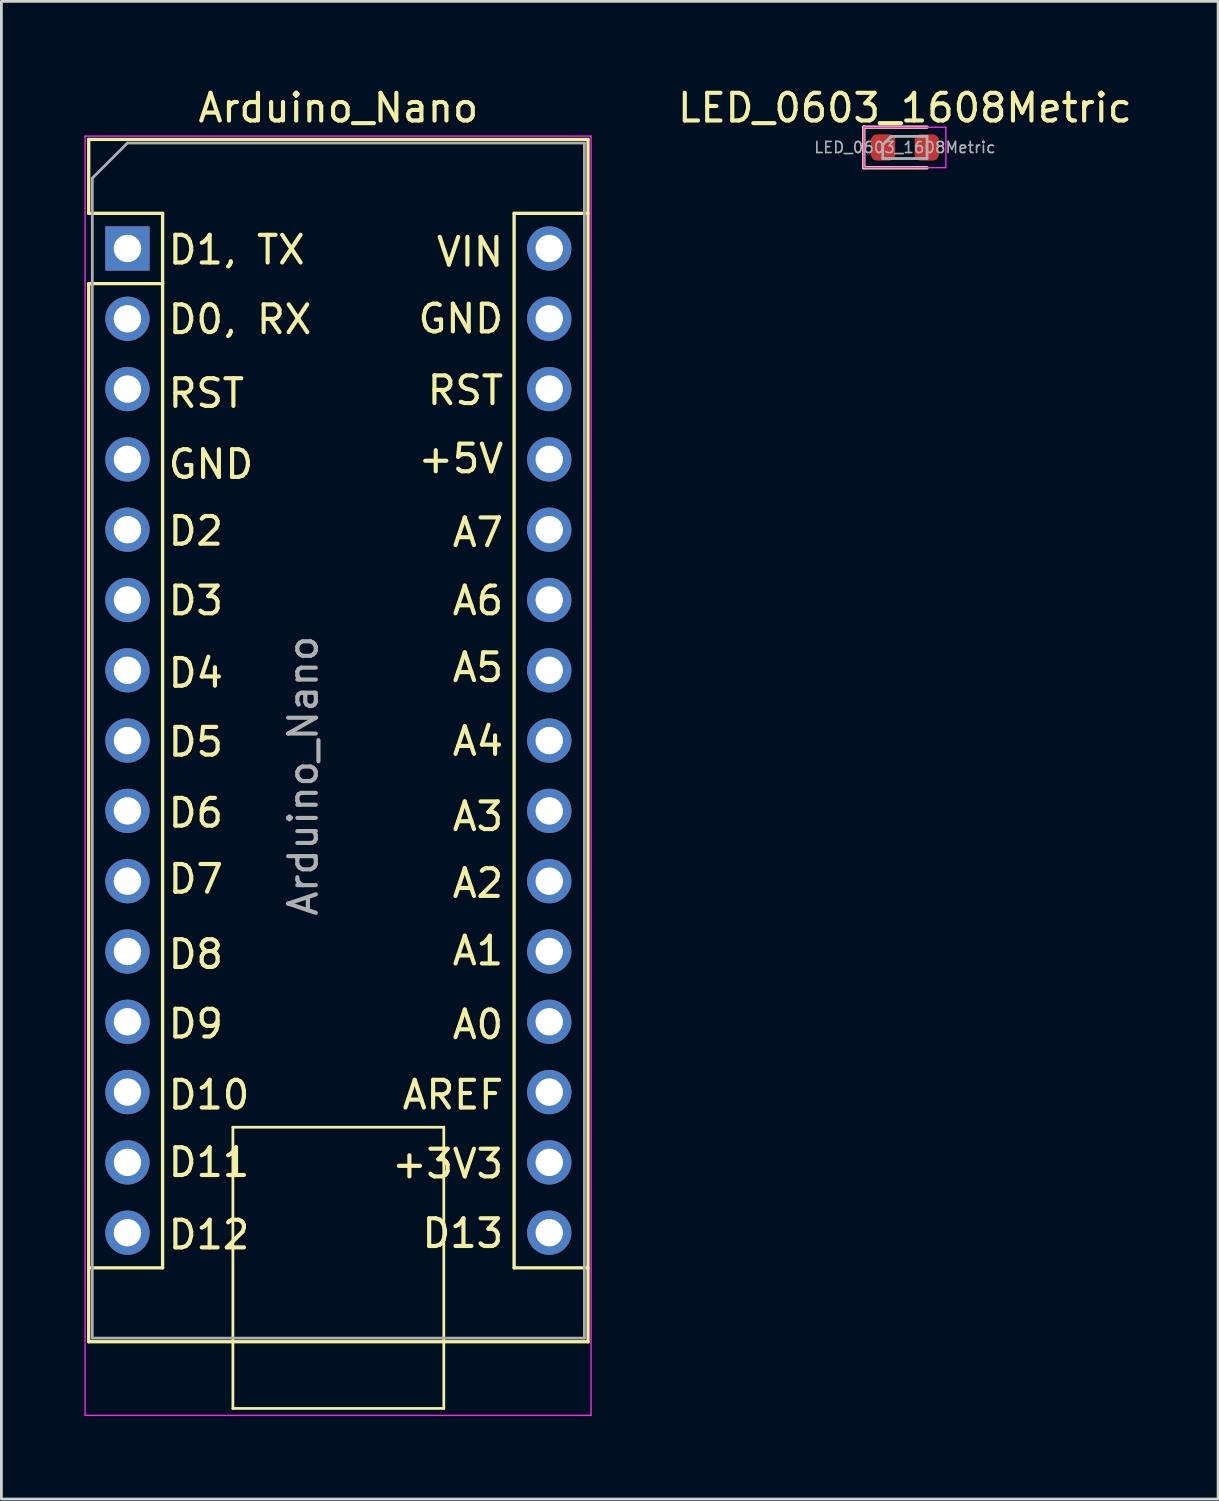
<source format=kicad_pcb>
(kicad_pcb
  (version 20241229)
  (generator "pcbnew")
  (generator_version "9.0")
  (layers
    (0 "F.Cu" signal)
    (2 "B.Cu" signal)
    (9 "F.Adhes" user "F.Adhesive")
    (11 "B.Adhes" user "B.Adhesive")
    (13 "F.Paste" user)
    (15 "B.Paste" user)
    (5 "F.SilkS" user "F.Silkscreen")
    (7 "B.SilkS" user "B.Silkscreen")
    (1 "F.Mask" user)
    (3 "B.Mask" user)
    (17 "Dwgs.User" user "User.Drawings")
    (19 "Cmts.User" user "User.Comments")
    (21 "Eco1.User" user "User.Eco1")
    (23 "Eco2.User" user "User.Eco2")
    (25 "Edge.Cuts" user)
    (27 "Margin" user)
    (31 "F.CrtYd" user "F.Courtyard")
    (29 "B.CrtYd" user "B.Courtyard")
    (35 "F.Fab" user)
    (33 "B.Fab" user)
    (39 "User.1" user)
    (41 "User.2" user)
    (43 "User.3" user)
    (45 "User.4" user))
  (footprint "Arduino_Nano"
    (layer "F.Cu")
    (at 1.555 5.928)
    (property "Reference" "Arduino_Nano" (at 7.62 -5.08 0) (layer "F.SilkS") (effects (font (size 1 1) (thickness 0.15))))
    (attr through_hole)
    (fp_line (start -1.4 -3.94) (end -1.4 -1.27) (stroke (width 0.12) (type solid)) (layer "F.SilkS"))
    (fp_line (start -1.4 1.27) (end -1.4 39.5) (stroke (width 0.12) (type solid)) (layer "F.SilkS"))
    (fp_line (start -1.4 39.5) (end 16.64 39.5) (stroke (width 0.12) (type solid)) (layer "F.SilkS"))
    (fp_line (start 1.27 -1.27) (end -1.4 -1.27) (stroke (width 0.12) (type solid)) (layer "F.SilkS"))
    (fp_line (start 1.27 1.27) (end -1.4 1.27) (stroke (width 0.12) (type solid)) (layer "F.SilkS"))
    (fp_line (start 1.27 1.27) (end 1.27 -1.27) (stroke (width 0.12) (type solid)) (layer "F.SilkS"))
    (fp_line (start 1.27 1.27) (end 1.27 36.83) (stroke (width 0.12) (type solid)) (layer "F.SilkS"))
    (fp_line (start 1.27 36.83) (end -1.4 36.83) (stroke (width 0.12) (type solid)) (layer "F.SilkS"))
    (fp_line (start 3.81 31.75) (end 11.43 31.75) (stroke (width 0.1) (type solid)) (layer "F.SilkS"))
    (fp_line (start 3.81 41.91) (end 3.81 31.75) (stroke (width 0.1) (type solid)) (layer "F.SilkS"))
    (fp_line (start 11.43 31.75) (end 11.43 41.91) (stroke (width 0.1) (type solid)) (layer "F.SilkS"))
    (fp_line (start 11.43 41.91) (end 3.81 41.91) (stroke (width 0.1) (type solid)) (layer "F.SilkS"))
    (fp_line (start 13.97 -1.27) (end 13.97 36.83) (stroke (width 0.12) (type solid)) (layer "F.SilkS"))
    (fp_line (start 13.97 -1.27) (end 16.64 -1.27) (stroke (width 0.12) (type solid)) (layer "F.SilkS"))
    (fp_line (start 13.97 36.83) (end 16.64 36.83) (stroke (width 0.12) (type solid)) (layer "F.SilkS"))
    (fp_line (start 16.64 -3.94) (end -1.4 -3.94) (stroke (width 0.12) (type solid)) (layer "F.SilkS"))
    (fp_line (start 16.64 39.5) (end 16.64 -3.94) (stroke (width 0.12) (type solid)) (layer "F.SilkS"))
    (fp_line (start -1.53 -4.06) (end -1.53 42.16) (stroke (width 0.05) (type solid)) (layer "F.CrtYd"))
    (fp_line (start -1.53 -4.06) (end 16.75 -4.06) (stroke (width 0.05) (type solid)) (layer "F.CrtYd"))
    (fp_line (start 16.75 42.16) (end -1.53 42.16) (stroke (width 0.05) (type solid)) (layer "F.CrtYd"))
    (fp_line (start 16.75 42.16) (end 16.75 -4.06) (stroke (width 0.05) (type solid)) (layer "F.CrtYd"))
    (fp_line (start -1.27 -2.54) (end 0 -3.81) (stroke (width 0.1) (type solid)) (layer "F.Fab"))
    (fp_line (start -1.27 39.37) (end -1.27 -2.54) (stroke (width 0.1) (type solid)) (layer "F.Fab"))
    (fp_line (start 0 -3.81) (end 16.51 -3.81) (stroke (width 0.1) (type solid)) (layer "F.Fab"))
    (fp_line (start 16.51 -3.81) (end 16.51 39.37) (stroke (width 0.1) (type solid)) (layer "F.Fab"))
    (fp_line (start 16.51 39.37) (end -1.27 39.37) (stroke (width 0.1) (type solid)) (layer "F.Fab"))
    (fp_text user "AREF" (at 11.759 30.582 0) (layer "F.SilkS") (effects (font (size 1 1) (thickness 0.15))))
    (fp_text user "RST" (at 12.211 5.131 0) (layer "F.SilkS") (effects (font (size 1 1) (thickness 0.15))))
    (fp_text user "GND" (at 3.018 7.798 0) (layer "F.SilkS") (effects (font (size 1 1) (thickness 0.15))))
    (fp_text user "A4" (at 12.663 17.805 0) (layer "F.SilkS") (effects (font (size 1 1) (thickness 0.15))))
    (fp_text user "RST" (at 2.851 5.232 0) (layer "F.SilkS") (effects (font (size 1 1) (thickness 0.15))))
    (fp_text user "D4" (at 2.47 15.342 0) (layer "F.SilkS") (effects (font (size 1 1) (thickness 0.15))))
    (fp_text user "VIN" (at 12.378 0.127 0) (layer "F.SilkS") (effects (font (size 1 1) (thickness 0.15))))
    (fp_text user "A5" (at 12.663 15.138 0) (layer "F.SilkS") (effects (font (size 1 1) (thickness 0.15))))
    (fp_text user "D5" (at 2.47 17.831 0) (layer "F.SilkS") (effects (font (size 1 1) (thickness 0.15))))
    (fp_text user "D7" (at 2.47 22.784 0) (layer "F.SilkS") (effects (font (size 1 1) (thickness 0.15))))
    (fp_text user "A0" (at 12.663 28.042 0) (layer "F.SilkS") (effects (font (size 1 1) (thickness 0.15))))
    (fp_text user "A7" (at 12.663 10.262 0) (layer "F.SilkS") (effects (font (size 1 1) (thickness 0.15))))
    (fp_text user "+5V" (at 12.044 7.595 0) (layer "F.SilkS") (effects (font (size 1 1) (thickness 0.15))))
    (fp_text user "D10" (at 2.946 30.582 0) (layer "F.SilkS") (effects (font (size 1 1) (thickness 0.15))))
    (fp_text user "A1" (at 12.663 25.375 0) (layer "F.SilkS") (effects (font (size 1 1) (thickness 0.15))))
    (fp_text user "A3" (at 12.663 20.523 0) (layer "F.SilkS") (effects (font (size 1 1) (thickness 0.15))))
    (fp_text user "+3V3" (at 11.568 33.071 0) (layer "F.SilkS") (effects (font (size 1 1) (thickness 0.15))))
    (fp_text user "D11" (at 2.946 33.02 0) (layer "F.SilkS") (effects (font (size 1 1) (thickness 0.15))))
    (fp_text user "D8" (at 2.47 25.502 0) (layer "F.SilkS") (effects (font (size 1 1) (thickness 0.15))))
    (fp_text user "D0, RX" (at 4.065 2.565 0) (layer "F.SilkS") (effects (font (size 1 1) (thickness 0.15))))
    (fp_text user "D12" (at 2.946 35.636 0) (layer "F.SilkS") (effects (font (size 1 1) (thickness 0.15))))
    (fp_text user "D13" (at 12.116 35.585 0) (layer "F.SilkS") (effects (font (size 1 1) (thickness 0.15))))
    (fp_text user "D9" (at 2.47 28.016 0) (layer "F.SilkS") (effects (font (size 1 1) (thickness 0.15))))
    (fp_text user "D1, TX" (at 3.946 0.051 0) (layer "F.SilkS") (effects (font (size 1 1) (thickness 0.15))))
    (fp_text user "D3" (at 2.47 12.725 0) (layer "F.SilkS") (effects (font (size 1 1) (thickness 0.15))))
    (fp_text user "D6" (at 2.47 20.396 0) (layer "F.SilkS") (effects (font (size 1 1) (thickness 0.15))))
    (fp_text user "A2" (at 12.663 22.936 0) (layer "F.SilkS") (effects (font (size 1 1) (thickness 0.15))))
    (fp_text user "A6" (at 12.663 12.725 0) (layer "F.SilkS") (effects (font (size 1 1) (thickness 0.15))))
    (fp_text user "D2" (at 2.47 10.211 0) (layer "F.SilkS") (effects (font (size 1 1) (thickness 0.15))))
    (fp_text user "GND" (at 12.044 2.54 0) (layer "F.SilkS") (effects (font (size 1 1) (thickness 0.15))))
    (fp_text user "${REFERENCE}" (at 6.35 19.05 90) (layer "F.Fab") (effects (font (size 1 1) (thickness 0.15))))
    (pad "1" thru_hole rect (at 0 0) (size 1.6 1.6) (drill 0.991) (layers "*.Cu" "*.Mask"))
    (pad "2" thru_hole oval (at 0 2.54) (size 1.6 1.6) (drill 0.991) (layers "*.Cu" "*.Mask"))
    (pad "3" thru_hole oval (at 0 5.08) (size 1.6 1.6) (drill 0.991) (layers "*.Cu" "*.Mask"))
    (pad "4" thru_hole oval (at 0 7.62) (size 1.6 1.6) (drill 0.991) (layers "*.Cu" "*.Mask"))
    (pad "5" thru_hole oval (at 0 10.16) (size 1.6 1.6) (drill 0.991) (layers "*.Cu" "*.Mask"))
    (pad "6" thru_hole oval (at 0 12.7) (size 1.6 1.6) (drill 0.991) (layers "*.Cu" "*.Mask"))
    (pad "7" thru_hole oval (at 0 15.24) (size 1.6 1.6) (drill 0.991) (layers "*.Cu" "*.Mask"))
    (pad "8" thru_hole oval (at 0 17.78) (size 1.6 1.6) (drill 0.991) (layers "*.Cu" "*.Mask"))
    (pad "9" thru_hole oval (at 0 20.32) (size 1.6 1.6) (drill 0.991) (layers "*.Cu" "*.Mask"))
    (pad "10" thru_hole oval (at 0 22.86) (size 1.6 1.6) (drill 0.991) (layers "*.Cu" "*.Mask"))
    (pad "11" thru_hole oval (at 0 25.4) (size 1.6 1.6) (drill 0.991) (layers "*.Cu" "*.Mask"))
    (pad "12" thru_hole oval (at 0 27.94) (size 1.6 1.6) (drill 0.991) (layers "*.Cu" "*.Mask"))
    (pad "13" thru_hole oval (at 0 30.48) (size 1.6 1.6) (drill 0.991) (layers "*.Cu" "*.Mask"))
    (pad "14" thru_hole oval (at 0 33.02) (size 1.6 1.6) (drill 0.991) (layers "*.Cu" "*.Mask"))
    (pad "15" thru_hole oval (at 0 35.56) (size 1.6 1.6) (drill 0.991) (layers "*.Cu" "*.Mask"))
    (pad "16" thru_hole oval (at 15.24 35.56) (size 1.6 1.6) (drill 0.991) (layers "*.Cu" "*.Mask"))
    (pad "17" thru_hole oval (at 15.24 33.02) (size 1.6 1.6) (drill 0.991) (layers "*.Cu" "*.Mask"))
    (pad "18" thru_hole oval (at 15.24 30.48) (size 1.6 1.6) (drill 0.991) (layers "*.Cu" "*.Mask"))
    (pad "19" thru_hole oval (at 15.24 27.94) (size 1.6 1.6) (drill 0.991) (layers "*.Cu" "*.Mask"))
    (pad "20" thru_hole oval (at 15.24 25.4) (size 1.6 1.6) (drill 0.991) (layers "*.Cu" "*.Mask"))
    (pad "21" thru_hole oval (at 15.24 22.86) (size 1.6 1.6) (drill 0.991) (layers "*.Cu" "*.Mask"))
    (pad "22" thru_hole oval (at 15.24 20.32) (size 1.6 1.6) (drill 0.991) (layers "*.Cu" "*.Mask"))
    (pad "23" thru_hole oval (at 15.24 17.78) (size 1.6 1.6) (drill 0.991) (layers "*.Cu" "*.Mask"))
    (pad "24" thru_hole oval (at 15.24 15.24) (size 1.6 1.6) (drill 0.991) (layers "*.Cu" "*.Mask"))
    (pad "25" thru_hole oval (at 15.24 12.7) (size 1.6 1.6) (drill 0.991) (layers "*.Cu" "*.Mask"))
    (pad "26" thru_hole oval (at 15.24 10.16) (size 1.6 1.6) (drill 0.991) (layers "*.Cu" "*.Mask"))
    (pad "27" thru_hole oval (at 15.24 7.62) (size 1.6 1.6) (drill 0.991) (layers "*.Cu" "*.Mask"))
    (pad "28" thru_hole oval (at 15.24 5.08) (size 1.6 1.6) (drill 0.991) (layers "*.Cu" "*.Mask"))
    (pad "29" thru_hole oval (at 15.24 2.54) (size 1.6 1.6) (drill 0.991) (layers "*.Cu" "*.Mask"))
    (pad "30" thru_hole oval (at 15.24 0) (size 1.6 1.6) (drill 0.991) (layers "*.Cu" "*.Mask")))
  (footprint "LED_0603_1608Metric"
    (layer "F.Cu")
    (at 29.645 2.278)
    (property "Reference" "LED_0603_1608Metric" (at 0 -1.43 0) (layer "F.SilkS") (effects (font (size 1 1) (thickness 0.15))))
    (attr smd)
    (fp_line (start -1.485 -0.735) (end -1.485 0.735) (stroke (width 0.12) (type solid)) (layer "F.SilkS"))
    (fp_line (start -1.485 0.735) (end 0.8 0.735) (stroke (width 0.12) (type solid)) (layer "F.SilkS"))
    (fp_line (start 0.8 -0.735) (end -1.485 -0.735) (stroke (width 0.12) (type solid)) (layer "F.SilkS"))
    (fp_line (start -1.48 -0.73) (end 1.48 -0.73) (stroke (width 0.05) (type solid)) (layer "F.CrtYd"))
    (fp_line (start -1.48 0.73) (end -1.48 -0.73) (stroke (width 0.05) (type solid)) (layer "F.CrtYd"))
    (fp_line (start 1.48 -0.73) (end 1.48 0.73) (stroke (width 0.05) (type solid)) (layer "F.CrtYd"))
    (fp_line (start 1.48 0.73) (end -1.48 0.73) (stroke (width 0.05) (type solid)) (layer "F.CrtYd"))
    (fp_line (start -0.8 -0.1) (end -0.8 0.4) (stroke (width 0.1) (type solid)) (layer "F.Fab"))
    (fp_line (start -0.8 0.4) (end 0.8 0.4) (stroke (width 0.1) (type solid)) (layer "F.Fab"))
    (fp_line (start -0.5 -0.4) (end -0.8 -0.1) (stroke (width 0.1) (type solid)) (layer "F.Fab"))
    (fp_line (start 0.8 -0.4) (end -0.5 -0.4) (stroke (width 0.1) (type solid)) (layer "F.Fab"))
    (fp_line (start 0.8 0.4) (end 0.8 -0.4) (stroke (width 0.1) (type solid)) (layer "F.Fab"))
    (fp_text user "${REFERENCE}" (at 0 0 0) (layer "F.Fab") (effects (font (size 0.4 0.4) (thickness 0.06))))
    (pad "1" smd roundrect (at -0.787 0) (size 0.875 0.95) (layers "F.Cu" "F.Mask" "F.Paste") (roundrect_rratio 0.25))
    (pad "2" smd roundrect (at 0.787 0) (size 0.875 0.95) (layers "F.Cu" "F.Mask" "F.Paste") (roundrect_rratio 0.25)))
  (gr_rect
    (start -3 -3)
    (end 40.961 51.113)
    (stroke (width 0.1) (type default))
    (fill no)
    (layer "Edge.Cuts")))
</source>
